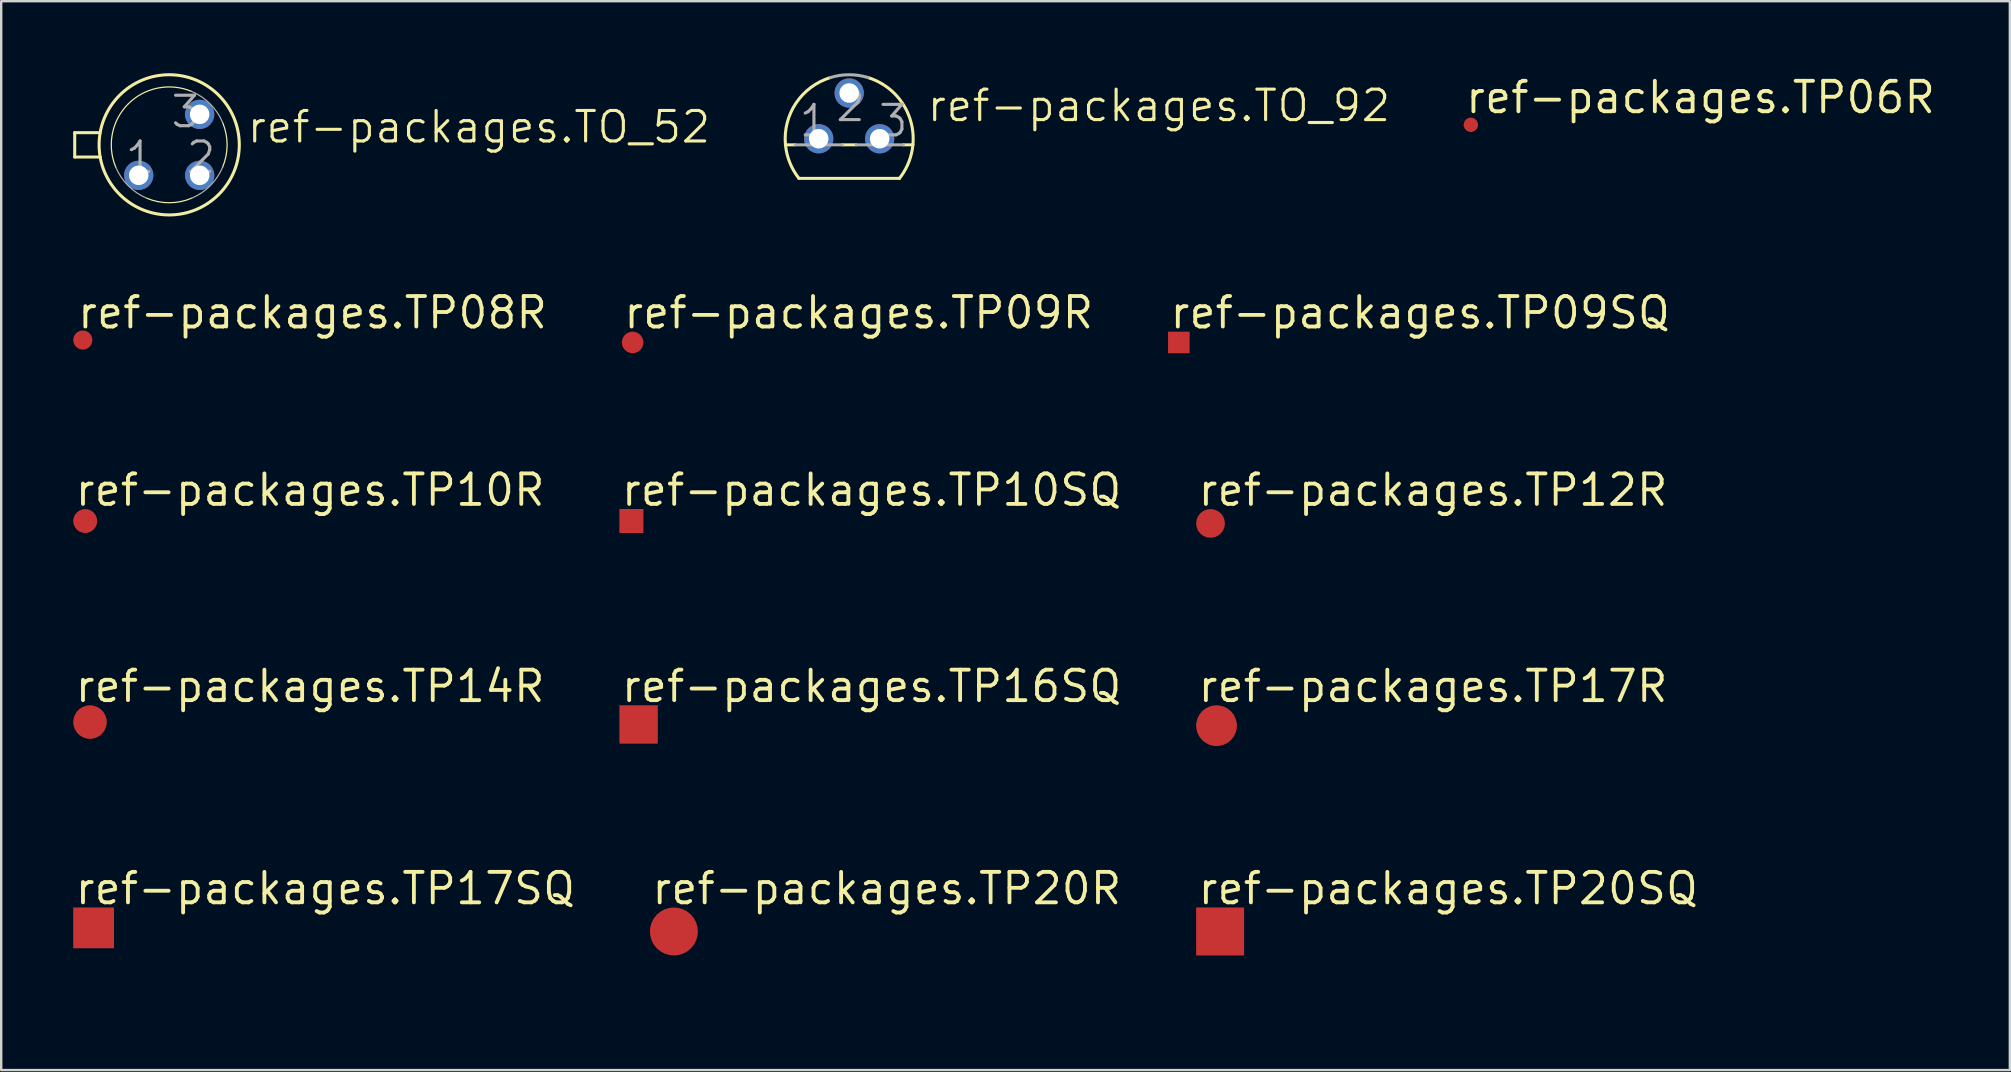
<source format=kicad_pcb>
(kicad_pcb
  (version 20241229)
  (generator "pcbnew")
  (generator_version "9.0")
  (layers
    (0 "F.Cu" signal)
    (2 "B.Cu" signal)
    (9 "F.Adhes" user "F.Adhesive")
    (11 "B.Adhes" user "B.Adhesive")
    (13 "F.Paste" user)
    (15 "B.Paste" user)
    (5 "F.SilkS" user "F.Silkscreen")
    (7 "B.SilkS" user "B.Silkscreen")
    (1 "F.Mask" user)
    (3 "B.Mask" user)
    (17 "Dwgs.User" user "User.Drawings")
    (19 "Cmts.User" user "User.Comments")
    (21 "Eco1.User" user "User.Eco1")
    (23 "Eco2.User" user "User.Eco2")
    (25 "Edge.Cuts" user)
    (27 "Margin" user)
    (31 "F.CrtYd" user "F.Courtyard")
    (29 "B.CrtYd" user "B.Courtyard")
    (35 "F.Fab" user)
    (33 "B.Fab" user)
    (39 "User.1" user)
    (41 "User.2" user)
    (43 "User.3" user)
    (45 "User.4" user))
  (footprint "ref-packages.TP17SQ"
    (layer "F.Cu")
    (at 0.85 35.613)
    (property "Reference" "ref-packages.TP17SQ" (at -0.85 -0.9 0) (layer "F.SilkS") (effects (font (size 1.27 1.27) (thickness 0.16)) (justify left bottom)))
    (attr smd)
    (fp_text user ">TP_SIGNAL_NAME" (at 0 2.54 0) (layer "Eco1.User") (effects (font (size 1 1) (thickness 0.13)) (justify left bottom)))
    (pad "TP" smd roundrect (at 0 0) (size 1.7 1.7) (layers "F.Cu" "F.Mask" "F.Paste") (roundrect_rratio 0.01)))
  (footprint "ref-packages.TP17R"
    (layer "F.Cu")
    (at 47.64 27.187)
    (property "Reference" "ref-packages.TP17R" (at -0.85 -0.9 0) (layer "F.SilkS") (effects (font (size 1.27 1.27) (thickness 0.16)) (justify left bottom)))
    (attr smd)
    (fp_text user ">TP_SIGNAL_NAME" (at 0 2.54 0) (layer "Eco1.User") (effects (font (size 1 1) (thickness 0.13)) (justify left bottom)))
    (pad "TP" smd roundrect (at 0 0) (size 1.7 1.7) (layers "F.Cu" "F.Mask" "F.Paste") (roundrect_rratio 0.5)))
  (footprint "ref-packages.TO_92"
    (layer "F.Cu")
    (at 32.334 2.731)
    (property "Reference" "ref-packages.TO_92" (at 3.175 -0.635 0) (layer "F.SilkS") (effects (font (size 1.27 1.27) (thickness 0.13)) (justify left bottom)))
    (attr through_hole)
    (fp_line (start -2.655 0.254) (end -2.254 0.254) (stroke (width 0.127) (type default)) (layer "F.SilkS"))
    (fp_line (start -2.095 1.651) (end 2.095 1.651) (stroke (width 0.127) (type default)) (layer "F.SilkS"))
    (fp_line (start -0.286 0.254) (end 0.286 0.254) (stroke (width 0.127) (type default)) (layer "F.SilkS"))
    (fp_line (start 2.254 0.254) (end 2.655 0.254) (stroke (width 0.127) (type default)) (layer "F.SilkS"))
    (fp_arc (start -2.6549 0.254) (mid -2.219001 -1.479565) (end -0.7863 -2.5485) (stroke (width 0.127) (type default)) (layer "F.SilkS"))
    (fp_arc (start -2.0946 1.651) (mid -2.475346 0.992847) (end -2.6549 0.254) (stroke (width 0.127) (type default)) (layer "F.SilkS"))
    (fp_arc (start 0.7863 -2.5484) (mid 2.54627 -0.793201) (end 2.0945 1.651) (stroke (width 0.127) (type default)) (layer "F.SilkS"))
    (fp_line (start -2.254 0.254) (end -0.286 0.254) (stroke (width 0.127) (type default)) (layer "F.Fab"))
    (fp_line (start 0.286 0.254) (end 2.254 0.254) (stroke (width 0.127) (type default)) (layer "F.Fab"))
    (fp_arc (start -0.7863 -2.5485) (mid 0 -2.667043) (end 0.7863 -2.5485) (stroke (width 0.127) (type default)) (layer "F.Fab"))
    (fp_text user "3" (at 1.143 0 0) (layer "F.Fab") (effects (font (size 1.27 1.27) (thickness 0.13)) (justify left bottom)))
    (fp_text user "2" (at -0.635 -0.635 0) (layer "F.Fab") (effects (font (size 1.27 1.27) (thickness 0.13)) (justify left bottom)))
    (fp_text user "1" (at -2.159 0 0) (layer "F.Fab") (effects (font (size 1.27 1.27) (thickness 0.13)) (justify left bottom)))
    (pad "1" thru_hole circle (at -1.27 0) (size 1.219 1.219) (drill 0.813) (layers "*.Cu" "*.Mask"))
    (pad "2" thru_hole circle (at 0 -1.905) (size 1.219 1.219) (drill 0.813) (layers "*.Cu" "*.Mask"))
    (pad "3" thru_hole circle (at 1.27 0) (size 1.219 1.219) (drill 0.813) (layers "*.Cu" "*.Mask")))
  (footprint "ref-packages.TP06R"
    (layer "F.Cu")
    (at 58.237 2.15)
    (property "Reference" "ref-packages.TP06R" (at -0.3 -0.4 0) (layer "F.SilkS") (effects (font (size 1.27 1.27) (thickness 0.16)) (justify left bottom)))
    (attr smd)
    (fp_text user ">TP_SIGNAL_NAME" (at 0 1.905 0) (layer "Eco1.User") (effects (font (size 1 1) (thickness 0.13)) (justify left bottom)))
    (pad "TP" smd roundrect (at 0 0) (size 0.6 0.6) (layers "F.Cu" "F.Mask" "F.Paste") (roundrect_rratio 0.5)))
  (footprint "ref-packages.TP20SQ"
    (layer "F.Cu")
    (at 47.79 35.763)
    (property "Reference" "ref-packages.TP20SQ" (at -1 -1.05 0) (layer "F.SilkS") (effects (font (size 1.27 1.27) (thickness 0.16)) (justify left bottom)))
    (attr smd)
    (fp_text user ">TP_SIGNAL_NAME" (at 0 2.54 0) (layer "Eco1.User") (effects (font (size 1 1) (thickness 0.13)) (justify left bottom)))
    (pad "TP" smd roundrect (at 0 0) (size 2 2) (layers "F.Cu" "F.Mask" "F.Paste") (roundrect_rratio 0.01)))
  (footprint "ref-packages.TO_52"
    (layer "F.Cu")
    (at 4 2.985)
    (property "Reference" "ref-packages.TO_52" (at 3.175 0 0) (layer "F.SilkS") (effects (font (size 1.27 1.27) (thickness 0.13)) (justify left bottom)))
    (attr through_hole)
    (fp_line (start -3.937 -0.508) (end -2.877 -0.508) (stroke (width 0.127) (type default)) (layer "F.SilkS"))
    (fp_line (start -3.937 0.508) (end -3.937 -0.508) (stroke (width 0.127) (type default)) (layer "F.SilkS"))
    (fp_line (start -3.937 0.508) (end -2.877 0.508) (stroke (width 0.127) (type default)) (layer "F.SilkS"))
    (fp_arc (start -2.227 0.9289) (mid -1.706187 -1.706287) (end 0.929 -2.2271) (stroke (width 0.0508) (type default)) (layer "F.SilkS"))
    (fp_arc (start 0.9289 2.227) (mid 0 2.412962) (end -0.9289 2.227) (stroke (width 0.0508) (type default)) (layer "F.SilkS"))
    (fp_arc (start 2.227 -0.9289) (mid 2.412962 0) (end 2.227 0.9289) (stroke (width 0.0508) (type default)) (layer "F.SilkS"))
    (fp_circle (center 0 0) (end 2.921 0) (stroke (width 0.127) (type default)) (fill no) (layer "F.SilkS"))
    (fp_arc (start -0.9289 2.227) (mid -1.706222 1.706222) (end -2.227 0.9289) (stroke (width 0.0508) (type default)) (layer "F.Fab"))
    (fp_arc (start 0.9289 -2.227) (mid 1.706222 -1.706222) (end 2.227 -0.9289) (stroke (width 0.0508) (type default)) (layer "F.Fab"))
    (fp_arc (start 2.227 0.9289) (mid 1.706222 1.706222) (end 0.9289 2.227) (stroke (width 0.0508) (type default)) (layer "F.Fab"))
    (fp_text user "2" (at 0.635 1.27 0) (layer "F.Fab") (effects (font (size 1.27 1.27) (thickness 0.13)) (justify left bottom)))
    (fp_text user "1" (at -1.905 1.27 0) (layer "F.Fab") (effects (font (size 1.27 1.27) (thickness 0.13)) (justify left bottom)))
    (fp_text user "3" (at 0 -0.635 0) (layer "F.Fab") (effects (font (size 1.27 1.27) (thickness 0.13)) (justify left bottom)))
    (pad "1" thru_hole circle (at -1.27 1.27) (size 1.219 1.219) (drill 0.813) (layers "*.Cu" "*.Mask"))
    (pad "2" thru_hole circle (at 1.27 1.27) (size 1.219 1.219) (drill 0.813) (layers "*.Cu" "*.Mask"))
    (pad "3" thru_hole circle (at 1.27 -1.27) (size 1.219 1.219) (drill 0.813) (layers "*.Cu" "*.Mask")))
  (footprint "ref-packages.TP12R"
    (layer "F.Cu")
    (at 47.39 18.76)
    (property "Reference" "ref-packages.TP12R" (at -0.6 -0.65 0) (layer "F.SilkS") (effects (font (size 1.27 1.27) (thickness 0.16)) (justify left bottom)))
    (attr smd)
    (fp_text user ">TP_SIGNAL_NAME" (at 0 2.54 0) (layer "Eco1.User") (effects (font (size 1 1) (thickness 0.13)) (justify left bottom)))
    (pad "TP" smd roundrect (at 0 0) (size 1.2 1.2) (layers "F.Cu" "F.Mask" "F.Paste") (roundrect_rratio 0.5)))
  (footprint "ref-packages.TP20R"
    (layer "F.Cu")
    (at 25.03 35.763)
    (property "Reference" "ref-packages.TP20R" (at -1 -1.05 0) (layer "F.SilkS") (effects (font (size 1.27 1.27) (thickness 0.16)) (justify left bottom)))
    (attr smd)
    (fp_text user ">TP_SIGNAL_NAME" (at 0 2.54 0) (layer "Eco1.User") (effects (font (size 1 1) (thickness 0.13)) (justify left bottom)))
    (pad "TP" smd roundrect (at 0 0) (size 2 2) (layers "F.Cu" "F.Mask" "F.Paste") (roundrect_rratio 0.5)))
  (footprint "ref-packages.TP10SQ"
    (layer "F.Cu")
    (at 23.26 18.66)
    (property "Reference" "ref-packages.TP10SQ" (at -0.5 -0.55 0) (layer "F.SilkS") (effects (font (size 1.27 1.27) (thickness 0.16)) (justify left bottom)))
    (attr smd)
    (fp_text user ">TP_SIGNAL_NAME" (at 0 1.905 0) (layer "Eco1.User") (effects (font (size 1 1) (thickness 0.13)) (justify left bottom)))
    (pad "TP" smd roundrect (at 0 0) (size 1 1) (layers "F.Cu" "F.Mask" "F.Paste") (roundrect_rratio 0.01)))
  (footprint "ref-packages.TP10R"
    (layer "F.Cu")
    (at 0.5 18.66)
    (property "Reference" "ref-packages.TP10R" (at -0.5 -0.55 0) (layer "F.SilkS") (effects (font (size 1.27 1.27) (thickness 0.16)) (justify left bottom)))
    (attr smd)
    (fp_text user ">TP_SIGNAL_NAME" (at 0 1.905 0) (layer "Eco1.User") (effects (font (size 1 1) (thickness 0.13)) (justify left bottom)))
    (pad "TP" smd roundrect (at 0 0) (size 1 1) (layers "F.Cu" "F.Mask" "F.Paste") (roundrect_rratio 0.5)))
  (footprint "ref-packages.TP09SQ"
    (layer "F.Cu")
    (at 46.07 11.219)
    (property "Reference" "ref-packages.TP09SQ" (at -0.45 -0.5 0) (layer "F.SilkS") (effects (font (size 1.27 1.27) (thickness 0.16)) (justify left bottom)))
    (attr smd)
    (fp_text user ">TP_SIGNAL_NAME" (at 0 1.905 0) (layer "Eco1.User") (effects (font (size 1 1) (thickness 0.13)) (justify left bottom)))
    (pad "TP" smd roundrect (at 0 0) (size 0.9 0.9) (layers "F.Cu" "F.Mask" "F.Paste") (roundrect_rratio 0.01)))
  (footprint "ref-packages.TP16SQ"
    (layer "F.Cu")
    (at 23.56 27.137)
    (property "Reference" "ref-packages.TP16SQ" (at -0.8 -0.85 0) (layer "F.SilkS") (effects (font (size 1.27 1.27) (thickness 0.16)) (justify left bottom)))
    (attr smd)
    (fp_text user ">TP_SIGNAL_NAME" (at 0 2.54 0) (layer "Eco1.User") (effects (font (size 1 1) (thickness 0.13)) (justify left bottom)))
    (pad "TP" smd roundrect (at 0 0) (size 1.6 1.6) (layers "F.Cu" "F.Mask" "F.Paste") (roundrect_rratio 0.01)))
  (footprint "ref-packages.TP14R"
    (layer "F.Cu")
    (at 0.7 27.037)
    (property "Reference" "ref-packages.TP14R" (at -0.7 -0.75 0) (layer "F.SilkS") (effects (font (size 1.27 1.27) (thickness 0.16)) (justify left bottom)))
    (attr smd)
    (fp_text user ">TP_SIGNAL_NAME" (at 0 2.54 0) (layer "Eco1.User") (effects (font (size 1 1) (thickness 0.13)) (justify left bottom)))
    (pad "TP" smd roundrect (at 0 0) (size 1.4 1.4) (layers "F.Cu" "F.Mask" "F.Paste") (roundrect_rratio 0.5)))
  (footprint "ref-packages.TP09R"
    (layer "F.Cu")
    (at 23.31 11.219)
    (property "Reference" "ref-packages.TP09R" (at -0.45 -0.5 0) (layer "F.SilkS") (effects (font (size 1.27 1.27) (thickness 0.16)) (justify left bottom)))
    (attr smd)
    (fp_text user ">TP_SIGNAL_NAME" (at 0 1.905 0) (layer "Eco1.User") (effects (font (size 1 1) (thickness 0.13)) (justify left bottom)))
    (pad "TP" smd roundrect (at 0 0) (size 0.9 0.9) (layers "F.Cu" "F.Mask" "F.Paste") (roundrect_rratio 0.5)))
  (footprint "ref-packages.TP08R"
    (layer "F.Cu")
    (at 0.4 11.119)
    (property "Reference" "ref-packages.TP08R" (at -0.3 -0.4 0) (layer "F.SilkS") (effects (font (size 1.27 1.27) (thickness 0.16)) (justify left bottom)))
    (attr smd)
    (fp_text user ">TP_SIGNAL_NAME" (at 0 1.905 0) (layer "Eco1.User") (effects (font (size 1 1) (thickness 0.13)) (justify left bottom)))
    (pad "TP" smd roundrect (at 0 0) (size 0.8 0.8) (layers "F.Cu" "F.Mask" "F.Paste") (roundrect_rratio 0.5)))
  (gr_rect
    (start -3 -3)
    (end 80.697 41.539)
    (stroke (width 0.1) (type default))
    (fill no)
    (layer "Edge.Cuts")))
</source>
